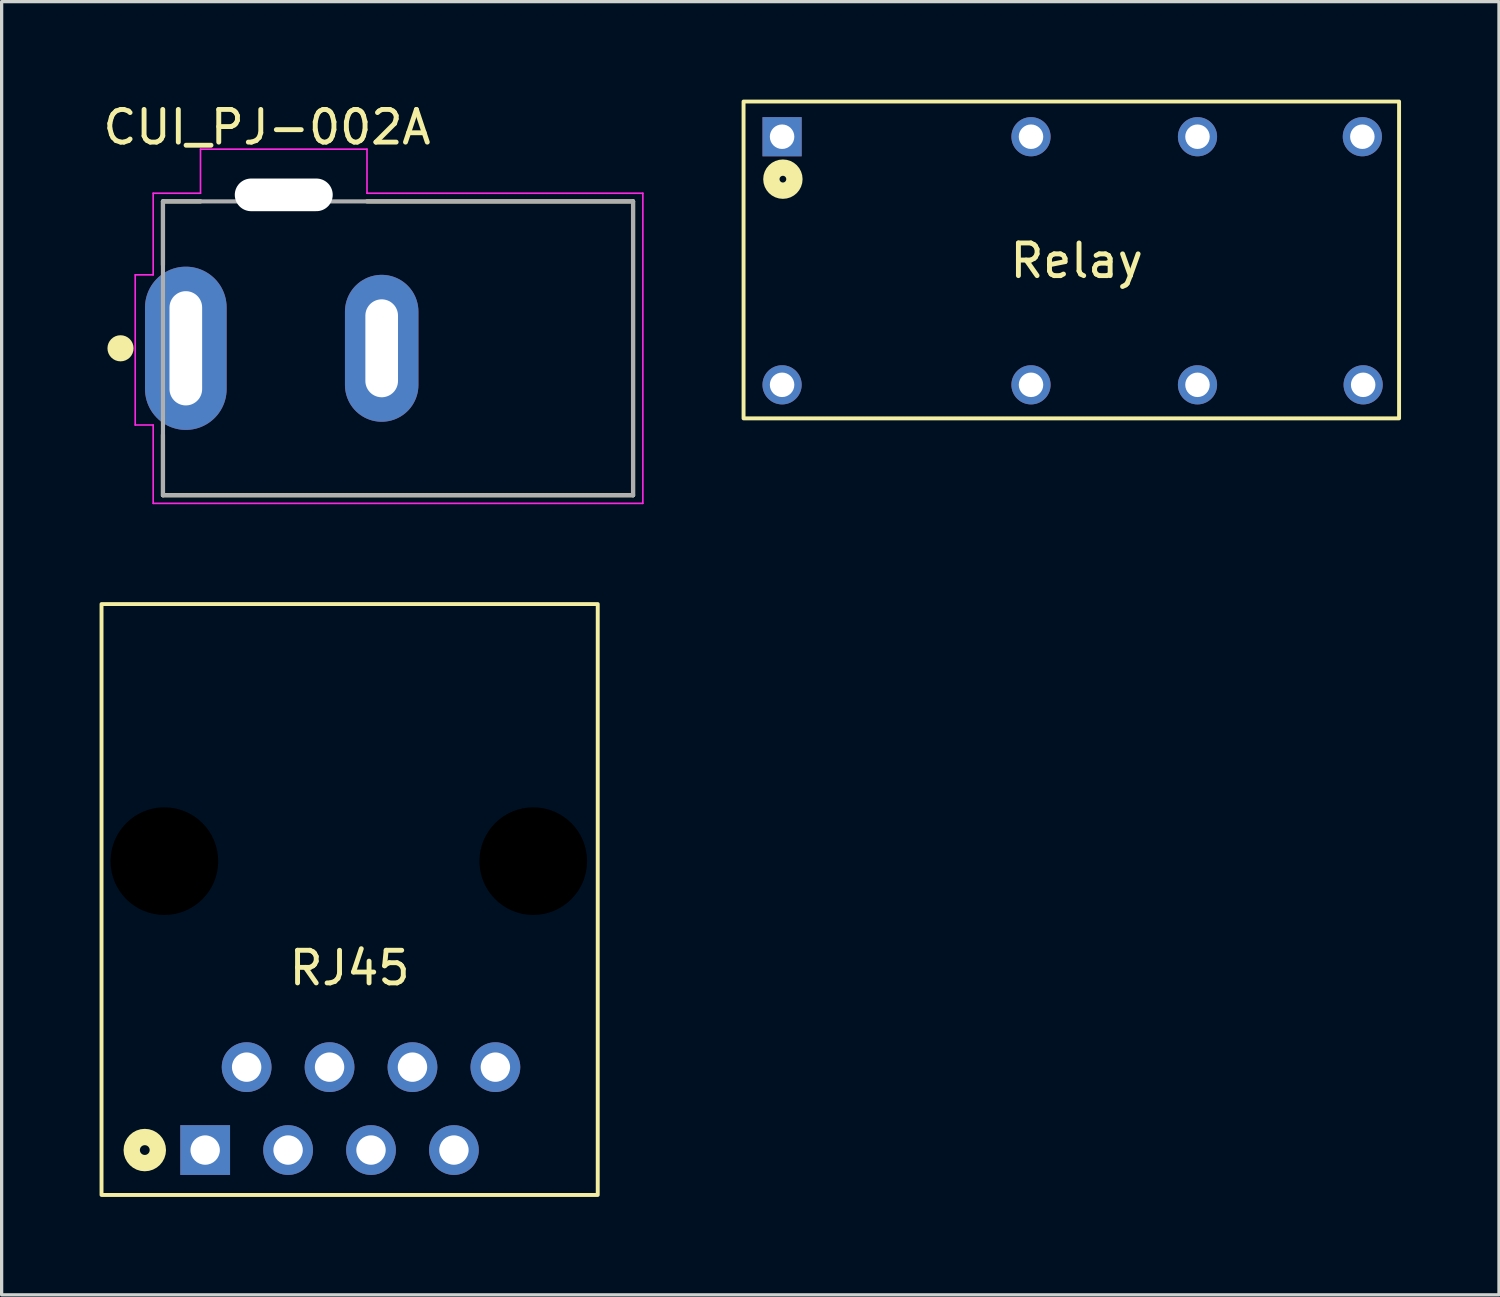
<source format=kicad_pcb>
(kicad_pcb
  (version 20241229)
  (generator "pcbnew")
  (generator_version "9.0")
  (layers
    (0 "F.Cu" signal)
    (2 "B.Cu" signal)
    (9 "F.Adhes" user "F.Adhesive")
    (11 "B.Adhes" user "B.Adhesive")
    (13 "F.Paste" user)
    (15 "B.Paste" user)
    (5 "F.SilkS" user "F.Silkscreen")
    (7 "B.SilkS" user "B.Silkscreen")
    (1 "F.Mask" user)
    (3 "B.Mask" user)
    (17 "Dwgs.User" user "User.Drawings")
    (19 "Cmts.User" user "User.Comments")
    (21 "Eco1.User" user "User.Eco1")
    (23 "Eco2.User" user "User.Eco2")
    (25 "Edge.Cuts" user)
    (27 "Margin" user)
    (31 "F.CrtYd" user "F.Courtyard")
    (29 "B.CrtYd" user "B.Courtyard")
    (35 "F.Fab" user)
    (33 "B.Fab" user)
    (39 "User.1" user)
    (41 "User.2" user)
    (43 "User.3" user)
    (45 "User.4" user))
  (footprint "RJ45"
    (layer "F.Cu")
    (at 3.235 32.179)
    (property "Reference" "RJ45" (at 4.425 -5.575 0) (unlocked yes) (layer "F.SilkS") (effects (font (size 1 1) (thickness 0.15))))
    (attr through_hole)
    (fp_rect (start -3.175 -16.725) (end 12.025 1.375) (stroke (width 0.12) (type solid)) (fill no) (layer "F.SilkS"))
    (fp_circle (center -1.85 0) (end -1.7 0) (stroke (width 0.5) (type solid)) (fill no) (layer "F.SilkS"))
    (pad "" np_thru_hole circle (at -1.25 -8.85) (size 3.3 3.3) (drill 3.3) (layers "*.Mask"))
    (pad "" np_thru_hole circle (at 10.05 -8.85) (size 3.3 3.3) (drill 3.3) (layers "*.Mask"))
    (pad "1" thru_hole rect (at 0 0) (size 1.524 1.524) (drill 0.9) (layers "*.Cu" "*.Mask"))
    (pad "2" thru_hole circle (at 1.27 -2.54) (size 1.524 1.524) (drill 0.9) (layers "*.Cu" "*.Mask"))
    (pad "3" thru_hole circle (at 2.54 0) (size 1.524 1.524) (drill 0.9) (layers "*.Cu" "*.Mask"))
    (pad "4" thru_hole circle (at 3.81 -2.54) (size 1.524 1.524) (drill 0.9) (layers "*.Cu" "*.Mask"))
    (pad "5" thru_hole circle (at 5.08 0) (size 1.524 1.524) (drill 0.9) (layers "*.Cu" "*.Mask"))
    (pad "6" thru_hole circle (at 6.35 -2.54) (size 1.524 1.524) (drill 0.9) (layers "*.Cu" "*.Mask"))
    (pad "7" thru_hole circle (at 7.62 0) (size 1.524 1.524) (drill 0.9) (layers "*.Cu" "*.Mask"))
    (pad "8" thru_hole circle (at 8.89 -2.54) (size 1.524 1.524) (drill 0.9) (layers "*.Cu" "*.Mask")))
  (footprint "CUI_PJ-002A"
    (layer "F.Cu")
    (at 2.642 7.619)
    (property "Reference" "CUI_PJ-002A" (at 2.487 -6.771 0) (layer "F.SilkS") (effects (font (size 1.001 1.001) (thickness 0.15))))
    (attr through_hole)
    (fp_line (start -0.7 -4.5) (end 0.45 -4.5) (stroke (width 0.127) (type solid)) (layer "F.SilkS"))
    (fp_line (start -0.7 -2.55) (end -0.7 -4.5) (stroke (width 0.127) (type solid)) (layer "F.SilkS"))
    (fp_line (start -0.7 4.5) (end -0.7 2.65) (stroke (width 0.127) (type solid)) (layer "F.SilkS"))
    (fp_line (start 5.55 -4.5) (end 13.7 -4.5) (stroke (width 0.127) (type solid)) (layer "F.SilkS"))
    (fp_line (start 13.7 -4.5) (end 13.7 4.5) (stroke (width 0.127) (type solid)) (layer "F.SilkS"))
    (fp_line (start 13.7 4.5) (end -0.7 4.5) (stroke (width 0.127) (type solid)) (layer "F.SilkS"))
    (fp_circle (center -2 0) (end -1.8 0) (stroke (width 0.4) (type solid)) (fill no) (layer "F.SilkS"))
    (fp_line (start -1.55 -2.25) (end -1.55 2.35) (stroke (width 0.05) (type solid)) (layer "F.CrtYd"))
    (fp_line (start -1.55 2.35) (end -1 2.35) (stroke (width 0.05) (type solid)) (layer "F.CrtYd"))
    (fp_line (start -1 -4.75) (end 0.45 -4.75) (stroke (width 0.05) (type solid)) (layer "F.CrtYd"))
    (fp_line (start -1 -2.25) (end -1.55 -2.25) (stroke (width 0.05) (type solid)) (layer "F.CrtYd"))
    (fp_line (start -1 -2.25) (end -1 -4.75) (stroke (width 0.05) (type solid)) (layer "F.CrtYd"))
    (fp_line (start -1 4.75) (end -1 2.35) (stroke (width 0.05) (type solid)) (layer "F.CrtYd"))
    (fp_line (start 0.45 -6.1) (end 5.55 -6.1) (stroke (width 0.05) (type solid)) (layer "F.CrtYd"))
    (fp_line (start 0.45 -4.75) (end 0.45 -6.1) (stroke (width 0.05) (type solid)) (layer "F.CrtYd"))
    (fp_line (start 5.55 -6.1) (end 5.55 -4.75) (stroke (width 0.05) (type solid)) (layer "F.CrtYd"))
    (fp_line (start 5.55 -4.75) (end 14 -4.75) (stroke (width 0.05) (type solid)) (layer "F.CrtYd"))
    (fp_line (start 14 -4.75) (end 14 4.75) (stroke (width 0.05) (type solid)) (layer "F.CrtYd"))
    (fp_line (start 14 4.75) (end -1 4.75) (stroke (width 0.05) (type solid)) (layer "F.CrtYd"))
    (fp_line (start -0.7 -4.5) (end 13.7 -4.5) (stroke (width 0.127) (type solid)) (layer "F.Fab"))
    (fp_line (start -0.7 4.5) (end -0.7 -4.5) (stroke (width 0.127) (type solid)) (layer "F.Fab"))
    (fp_line (start 13.7 -4.5) (end 13.7 4.5) (stroke (width 0.127) (type solid)) (layer "F.Fab"))
    (fp_line (start 13.7 4.5) (end -0.7 4.5) (stroke (width 0.127) (type solid)) (layer "F.Fab"))
    (pad "" np_thru_hole oval (at 3 -4.7) (size 3 1) (drill oval 3 1) (layers "*.Cu" "*.Mask"))
    (pad "1" thru_hole oval (at 0 0) (size 2.5 5) (drill oval 1 3.5) (layers "*.Cu" "*.Mask"))
    (pad "2" thru_hole oval (at 6 0) (size 2.25 4.5) (drill oval 1 3) (layers "*.Cu" "*.Mask")))
  (footprint "Relay"
    (layer "F.Cu")
    (at 20.907 1.138)
    (property "Reference" "Relay" (at 9.025 3.8 0) (unlocked yes) (layer "F.SilkS") (effects (font (size 1 1) (thickness 0.15))))
    (attr through_hole)
    (fp_rect (start -1.18 -1.078) (end 18.9 8.628) (stroke (width 0.12) (type solid)) (fill no) (layer "F.SilkS"))
    (fp_circle (center 0.025 1.3) (end 0.125 1.325) (stroke (width 0.5) (type solid)) (fill no) (layer "F.SilkS"))
    (pad "1" thru_hole rect (at 0 0) (size 1.2 1.2) (drill 0.75) (layers "*.Cu" "*.Mask"))
    (pad "2" thru_hole circle (at 0 7.6) (size 1.2 1.2) (drill 0.75) (layers "*.Cu" "*.Mask"))
    (pad "3" thru_hole circle (at 7.625 0) (size 1.2 1.2) (drill 0.75) (layers "*.Cu" "*.Mask"))
    (pad "4" thru_hole circle (at 7.625 7.6) (size 1.2 1.2) (drill 0.75) (layers "*.Cu" "*.Mask"))
    (pad "5" thru_hole circle (at 12.725 0) (size 1.2 1.2) (drill 0.75) (layers "*.Cu" "*.Mask"))
    (pad "6" thru_hole circle (at 12.725 7.6) (size 1.2 1.2) (drill 0.75) (layers "*.Cu" "*.Mask"))
    (pad "7" thru_hole circle (at 17.775 0) (size 1.2 1.2) (drill 0.75) (layers "*.Cu" "*.Mask"))
    (pad "8" thru_hole circle (at 17.8 7.6) (size 1.2 1.2) (drill 0.75) (layers "*.Cu" "*.Mask")))
  (gr_rect
    (start -3 -3)
    (end 42.867 36.614)
    (stroke (width 0.1) (type default))
    (fill no)
    (layer "Edge.Cuts")))
</source>
